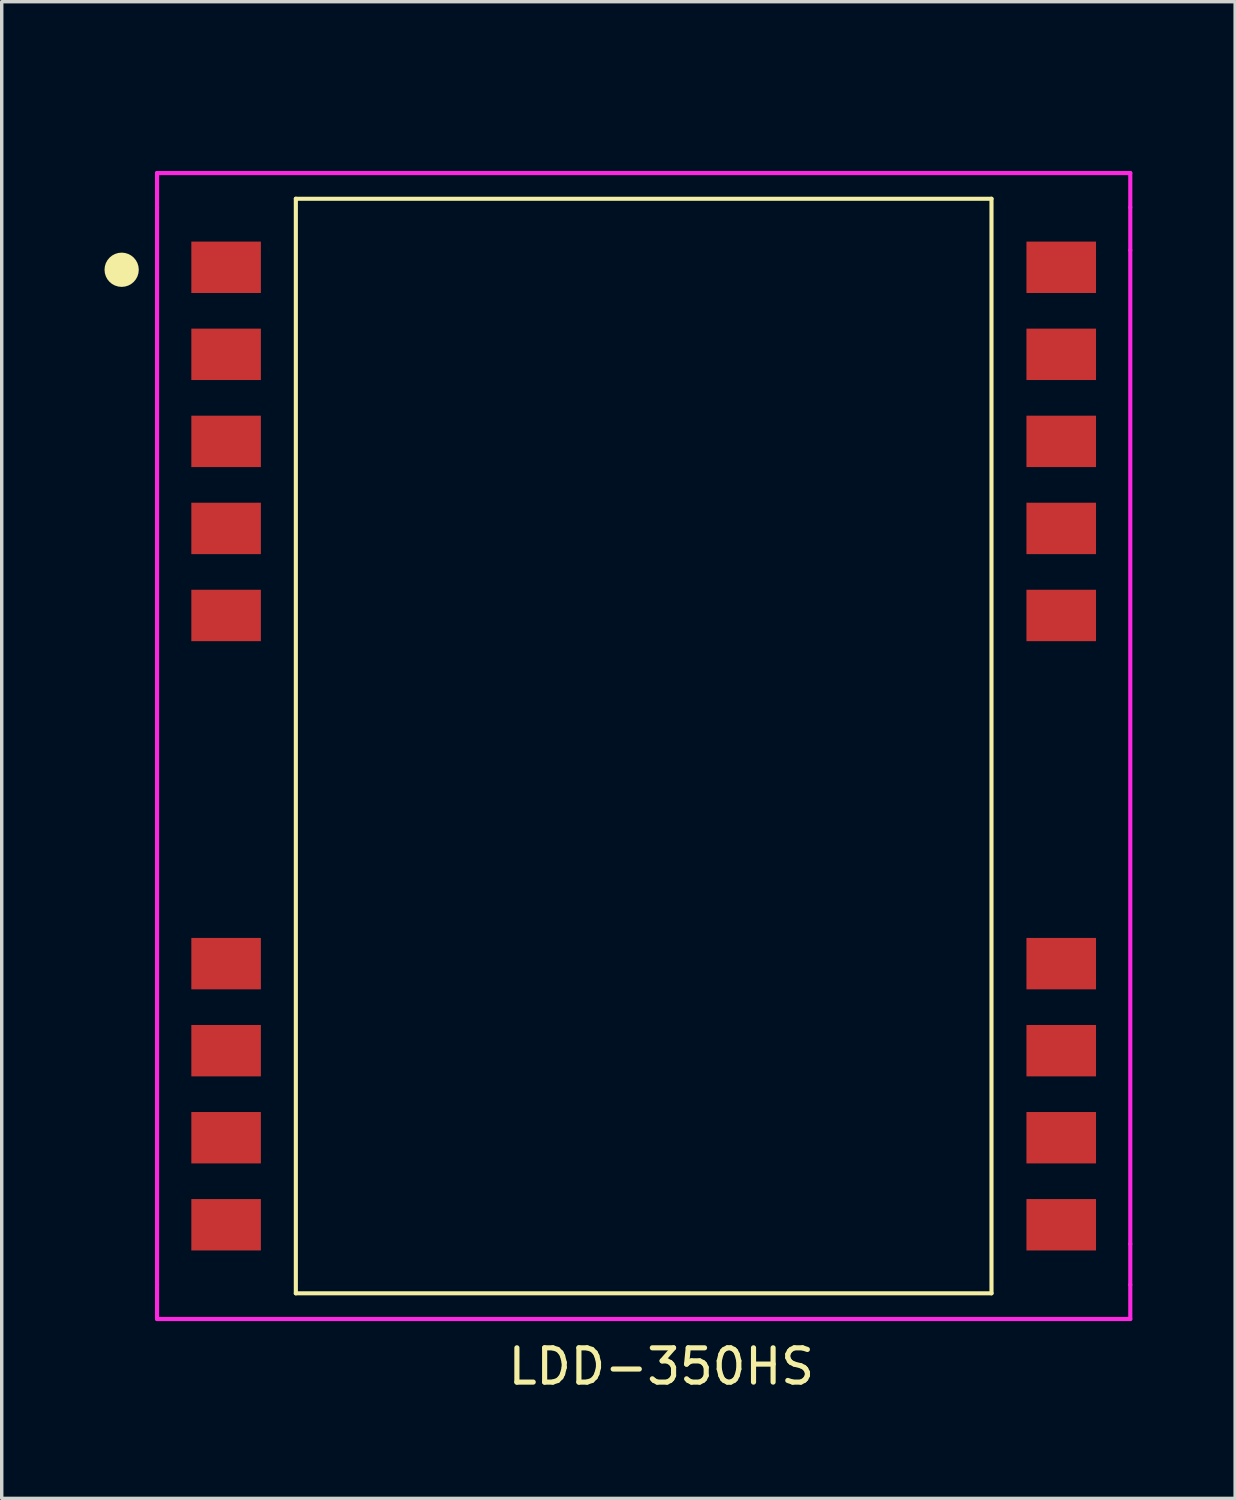
<source format=kicad_pcb>
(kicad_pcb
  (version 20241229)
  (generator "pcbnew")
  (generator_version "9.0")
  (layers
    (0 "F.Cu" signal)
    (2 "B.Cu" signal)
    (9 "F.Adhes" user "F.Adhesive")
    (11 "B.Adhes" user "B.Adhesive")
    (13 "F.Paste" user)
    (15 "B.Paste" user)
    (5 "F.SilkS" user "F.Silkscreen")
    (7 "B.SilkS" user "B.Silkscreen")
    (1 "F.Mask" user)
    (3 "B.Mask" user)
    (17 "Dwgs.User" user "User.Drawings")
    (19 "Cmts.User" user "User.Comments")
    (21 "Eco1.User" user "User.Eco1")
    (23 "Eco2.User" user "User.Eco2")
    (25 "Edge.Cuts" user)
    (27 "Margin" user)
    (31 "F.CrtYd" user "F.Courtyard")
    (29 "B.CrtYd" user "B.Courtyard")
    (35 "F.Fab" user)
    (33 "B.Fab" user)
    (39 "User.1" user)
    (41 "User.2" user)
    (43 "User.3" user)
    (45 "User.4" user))
  (footprint "LDD-350HS"
    (layer "F.Cu")
    (at 3.548 0.25)
    (property "Reference" "LDD-350HS" (at 12.7 36.576 0) (layer "F.SilkS") (effects (font (size 1 1) (thickness 0.15))))
    (attr through_hole)
    (fp_line (start 2.035 2.5) (end 2.035 34.44) (stroke (width 0.12) (type solid)) (layer "F.SilkS"))
    (fp_line (start 2.035 2.5) (end 22.335 2.5) (stroke (width 0.12) (type solid)) (layer "F.SilkS"))
    (fp_line (start 2.035 34.44) (end 22.335 34.44) (stroke (width 0.12) (type solid)) (layer "F.SilkS"))
    (fp_line (start 22.335 2.5) (end 22.335 34.44) (stroke (width 0.12) (type solid)) (layer "F.SilkS"))
    (fp_circle (center -3.048 4.572) (end -2.798 4.572) (stroke (width 0.5) (type solid)) (fill no) (layer "F.SilkS"))
    (fp_line (start -2.015 1.75) (end -2.015 2.75) (stroke (width 0.12) (type solid)) (layer "F.CrtYd"))
    (fp_line (start -2.015 1.75) (end 26.385 1.75) (stroke (width 0.12) (type solid)) (layer "F.CrtYd"))
    (fp_line (start -2.015 2.75) (end -2.015 34.19) (stroke (width 0.12) (type solid)) (layer "F.CrtYd"))
    (fp_line (start -2.015 34.19) (end -2.015 35.19) (stroke (width 0.12) (type solid)) (layer "F.CrtYd"))
    (fp_line (start -2.015 35.19) (end 26.385 35.19) (stroke (width 0.12) (type solid)) (layer "F.CrtYd"))
    (fp_line (start 26.385 1.75) (end 26.385 2.75) (stroke (width 0.12) (type solid)) (layer "F.CrtYd"))
    (fp_line (start 26.385 2.75) (end 26.385 4) (stroke (width 0.12) (type solid)) (layer "F.CrtYd"))
    (fp_line (start 26.385 4) (end 26.385 33) (stroke (width 0.12) (type solid)) (layer "F.CrtYd"))
    (fp_line (start 26.385 33) (end 26.385 34.19) (stroke (width 0.12) (type solid)) (layer "F.CrtYd"))
    (fp_line (start 26.385 34.19) (end 26.385 35.19) (stroke (width 0.12) (type solid)) (layer "F.CrtYd"))
    (pad "1" smd rect (at 0 4.5) (size 2.03 1.5) (layers "F.Cu" "F.Mask" "F.Paste"))
    (pad "2" smd rect (at 0 7.04) (size 2.03 1.5) (layers "F.Cu" "F.Mask" "F.Paste"))
    (pad "3" smd rect (at 0 9.58) (size 2.03 1.5) (layers "F.Cu" "F.Mask" "F.Paste"))
    (pad "4" smd rect (at 0 12.12) (size 2.03 1.5) (layers "F.Cu" "F.Mask" "F.Paste"))
    (pad "5" smd rect (at 0 14.66) (size 2.03 1.5) (layers "F.Cu" "F.Mask" "F.Paste"))
    (pad "9" smd rect (at 0 24.82) (size 2.03 1.5) (layers "F.Cu" "F.Mask" "F.Paste"))
    (pad "10" smd rect (at 0 27.36) (size 2.03 1.5) (layers "F.Cu" "F.Mask" "F.Paste"))
    (pad "11" smd rect (at 0 29.9) (size 2.03 1.5) (layers "F.Cu" "F.Mask" "F.Paste"))
    (pad "12" smd rect (at 0 32.44) (size 2.03 1.5) (layers "F.Cu" "F.Mask" "F.Paste"))
    (pad "13" smd rect (at 24.37 32.44) (size 2.03 1.5) (layers "F.Cu" "F.Mask" "F.Paste"))
    (pad "14" smd rect (at 24.37 29.9) (size 2.03 1.5) (layers "F.Cu" "F.Mask" "F.Paste"))
    (pad "15" smd rect (at 24.37 27.36) (size 2.03 1.5) (layers "F.Cu" "F.Mask" "F.Paste"))
    (pad "16" smd rect (at 24.37 24.82) (size 2.03 1.5) (layers "F.Cu" "F.Mask" "F.Paste"))
    (pad "20" smd rect (at 24.37 14.66) (size 2.03 1.5) (layers "F.Cu" "F.Mask" "F.Paste"))
    (pad "21" smd rect (at 24.37 12.12) (size 2.03 1.5) (layers "F.Cu" "F.Mask" "F.Paste"))
    (pad "22" smd rect (at 24.37 9.58) (size 2.03 1.5) (layers "F.Cu" "F.Mask" "F.Paste"))
    (pad "23" smd rect (at 24.37 7.04) (size 2.03 1.5) (layers "F.Cu" "F.Mask" "F.Paste"))
    (pad "24" smd rect (at 24.37 4.5) (size 2.03 1.5) (layers "F.Cu" "F.Mask" "F.Paste")))
  (gr_rect
    (start -3 -3)
    (end 32.993 40.674)
    (stroke (width 0.1) (type default))
    (fill no)
    (layer "Edge.Cuts")))
</source>
